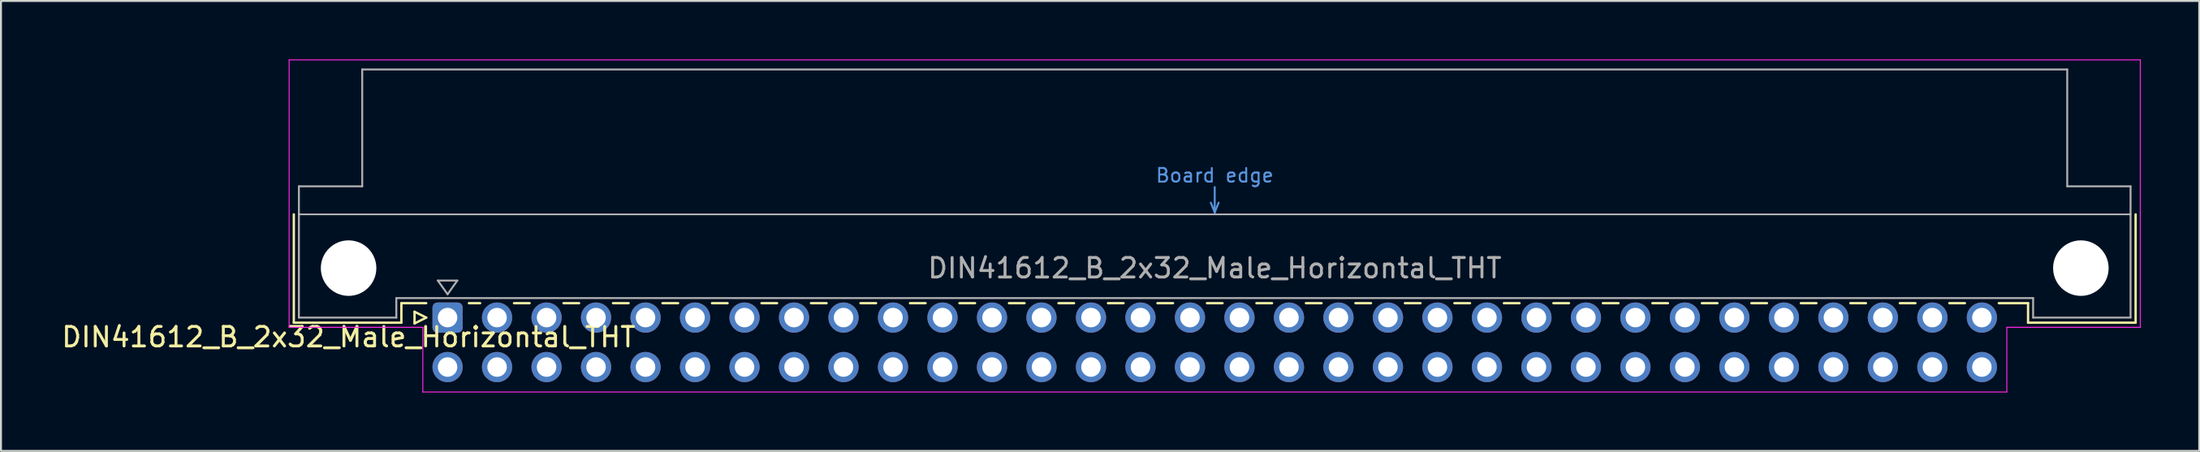
<source format=kicad_pcb>
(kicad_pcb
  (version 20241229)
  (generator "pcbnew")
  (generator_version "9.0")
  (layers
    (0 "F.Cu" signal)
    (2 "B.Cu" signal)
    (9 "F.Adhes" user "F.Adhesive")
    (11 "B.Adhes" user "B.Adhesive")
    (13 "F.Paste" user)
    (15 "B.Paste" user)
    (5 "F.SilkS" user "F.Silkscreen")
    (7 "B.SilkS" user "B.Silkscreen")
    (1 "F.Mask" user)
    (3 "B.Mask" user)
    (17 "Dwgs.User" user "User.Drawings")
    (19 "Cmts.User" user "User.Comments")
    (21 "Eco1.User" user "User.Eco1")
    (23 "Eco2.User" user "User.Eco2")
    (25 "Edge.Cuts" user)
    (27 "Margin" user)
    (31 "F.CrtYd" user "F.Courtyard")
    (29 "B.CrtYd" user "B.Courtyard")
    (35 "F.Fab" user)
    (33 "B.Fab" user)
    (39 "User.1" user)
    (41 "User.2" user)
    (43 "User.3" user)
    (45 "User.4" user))
  (footprint "DIN41612_B_2x32_Male_Horizontal_THT"
    (layer "F.Cu")
    (at 19.919 13.255)
    (property "Reference" "DIN41612_B_2x32_Male_Horizontal_THT" (at -5.08 1 0) (layer "F.SilkS") (effects (font (size 1 1) (thickness 0.15))))
    (attr through_hole)
    (fp_line (start -7.89 -5.3) (end -7.89 0.26) (stroke (width 0.12) (type solid)) (layer "F.SilkS"))
    (fp_line (start -7.89 0.26) (end -2.37 0.26) (stroke (width 0.12) (type solid)) (layer "F.SilkS"))
    (fp_line (start -2.371 -0.74) (end -1.095 -0.74) (stroke (width 0.12) (type solid)) (layer "F.SilkS"))
    (fp_line (start -2.37 0.26) (end -2.37 -0.74) (stroke (width 0.12) (type solid)) (layer "F.SilkS"))
    (fp_line (start -1.695 -0.3) (end -1.695 0.3) (stroke (width 0.12) (type solid)) (layer "F.SilkS"))
    (fp_line (start -1.695 0.3) (end -1.095 0) (stroke (width 0.12) (type solid)) (layer "F.SilkS"))
    (fp_line (start -1.095 0) (end -1.695 -0.3) (stroke (width 0.12) (type solid)) (layer "F.SilkS"))
    (fp_line (start 1.095 -0.74) (end 1.671 -0.74) (stroke (width 0.12) (type solid)) (layer "F.SilkS"))
    (fp_line (start 3.41 -0.74) (end 4.211 -0.74) (stroke (width 0.12) (type solid)) (layer "F.SilkS"))
    (fp_line (start 5.95 -0.74) (end 6.751 -0.74) (stroke (width 0.12) (type solid)) (layer "F.SilkS"))
    (fp_line (start 8.49 -0.74) (end 9.291 -0.74) (stroke (width 0.12) (type solid)) (layer "F.SilkS"))
    (fp_line (start 11.03 -0.74) (end 11.831 -0.74) (stroke (width 0.12) (type solid)) (layer "F.SilkS"))
    (fp_line (start 13.57 -0.74) (end 14.371 -0.74) (stroke (width 0.12) (type solid)) (layer "F.SilkS"))
    (fp_line (start 16.11 -0.74) (end 16.911 -0.74) (stroke (width 0.12) (type solid)) (layer "F.SilkS"))
    (fp_line (start 18.65 -0.74) (end 19.451 -0.74) (stroke (width 0.12) (type solid)) (layer "F.SilkS"))
    (fp_line (start 21.19 -0.74) (end 21.991 -0.74) (stroke (width 0.12) (type solid)) (layer "F.SilkS"))
    (fp_line (start 23.73 -0.74) (end 24.531 -0.74) (stroke (width 0.12) (type solid)) (layer "F.SilkS"))
    (fp_line (start 26.27 -0.74) (end 27.071 -0.74) (stroke (width 0.12) (type solid)) (layer "F.SilkS"))
    (fp_line (start 28.81 -0.74) (end 29.611 -0.74) (stroke (width 0.12) (type solid)) (layer "F.SilkS"))
    (fp_line (start 31.35 -0.74) (end 32.151 -0.74) (stroke (width 0.12) (type solid)) (layer "F.SilkS"))
    (fp_line (start 33.89 -0.74) (end 34.691 -0.74) (stroke (width 0.12) (type solid)) (layer "F.SilkS"))
    (fp_line (start 36.43 -0.74) (end 37.231 -0.74) (stroke (width 0.12) (type solid)) (layer "F.SilkS"))
    (fp_line (start 38.97 -0.74) (end 39.771 -0.74) (stroke (width 0.12) (type solid)) (layer "F.SilkS"))
    (fp_line (start 41.51 -0.74) (end 42.311 -0.74) (stroke (width 0.12) (type solid)) (layer "F.SilkS"))
    (fp_line (start 44.05 -0.74) (end 44.851 -0.74) (stroke (width 0.12) (type solid)) (layer "F.SilkS"))
    (fp_line (start 46.59 -0.74) (end 47.391 -0.74) (stroke (width 0.12) (type solid)) (layer "F.SilkS"))
    (fp_line (start 49.13 -0.74) (end 49.931 -0.74) (stroke (width 0.12) (type solid)) (layer "F.SilkS"))
    (fp_line (start 51.67 -0.74) (end 52.471 -0.74) (stroke (width 0.12) (type solid)) (layer "F.SilkS"))
    (fp_line (start 54.21 -0.74) (end 55.011 -0.74) (stroke (width 0.12) (type solid)) (layer "F.SilkS"))
    (fp_line (start 56.75 -0.74) (end 57.551 -0.74) (stroke (width 0.12) (type solid)) (layer "F.SilkS"))
    (fp_line (start 59.29 -0.74) (end 60.091 -0.74) (stroke (width 0.12) (type solid)) (layer "F.SilkS"))
    (fp_line (start 61.83 -0.74) (end 62.631 -0.74) (stroke (width 0.12) (type solid)) (layer "F.SilkS"))
    (fp_line (start 64.37 -0.74) (end 65.171 -0.74) (stroke (width 0.12) (type solid)) (layer "F.SilkS"))
    (fp_line (start 66.91 -0.74) (end 67.711 -0.74) (stroke (width 0.12) (type solid)) (layer "F.SilkS"))
    (fp_line (start 69.45 -0.74) (end 70.251 -0.74) (stroke (width 0.12) (type solid)) (layer "F.SilkS"))
    (fp_line (start 71.99 -0.74) (end 72.791 -0.74) (stroke (width 0.12) (type solid)) (layer "F.SilkS"))
    (fp_line (start 74.53 -0.74) (end 75.331 -0.74) (stroke (width 0.12) (type solid)) (layer "F.SilkS"))
    (fp_line (start 77.07 -0.74) (end 77.871 -0.74) (stroke (width 0.12) (type solid)) (layer "F.SilkS"))
    (fp_line (start 79.61 -0.74) (end 81.11 -0.74) (stroke (width 0.12) (type solid)) (layer "F.SilkS"))
    (fp_line (start 81.11 0.26) (end 81.11 -0.74) (stroke (width 0.12) (type solid)) (layer "F.SilkS"))
    (fp_line (start 86.63 -5.3) (end 86.63 0.26) (stroke (width 0.12) (type solid)) (layer "F.SilkS"))
    (fp_line (start 86.63 0.26) (end 81.11 0.26) (stroke (width 0.12) (type solid)) (layer "F.SilkS"))
    (fp_line (start -7.63 -5.3) (end 86.37 -5.3) (stroke (width 0.08) (type solid)) (layer "Dwgs.User"))
    (fp_line (start 39.17 -5.9) (end 39.37 -5.4) (stroke (width 0.1) (type solid)) (layer "Cmts.User"))
    (fp_line (start 39.37 -5.4) (end 39.37 -6.7) (stroke (width 0.1) (type solid)) (layer "Cmts.User"))
    (fp_line (start 39.37 -5.4) (end 39.57 -5.9) (stroke (width 0.1) (type solid)) (layer "Cmts.User"))
    (fp_line (start -8.13 -13.23) (end -8.13 0.5) (stroke (width 0.05) (type solid)) (layer "F.CrtYd"))
    (fp_line (start -8.13 0.5) (end -1.27 0.5) (stroke (width 0.05) (type solid)) (layer "F.CrtYd"))
    (fp_line (start -1.27 0.5) (end -1.27 3.82) (stroke (width 0.05) (type solid)) (layer "F.CrtYd"))
    (fp_line (start -1.27 3.82) (end 80.02 3.82) (stroke (width 0.05) (type solid)) (layer "F.CrtYd"))
    (fp_line (start 80.02 0.5) (end 86.87 0.5) (stroke (width 0.05) (type solid)) (layer "F.CrtYd"))
    (fp_line (start 80.02 3.82) (end 80.02 0.5) (stroke (width 0.05) (type solid)) (layer "F.CrtYd"))
    (fp_line (start 86.87 -13.23) (end -8.13 -13.23) (stroke (width 0.05) (type solid)) (layer "F.CrtYd"))
    (fp_line (start 86.87 0.5) (end 86.87 -13.23) (stroke (width 0.05) (type solid)) (layer "F.CrtYd"))
    (fp_line (start -7.63 -6.74) (end -7.63 0) (stroke (width 0.1) (type solid)) (layer "F.Fab"))
    (fp_line (start -7.63 0) (end -2.63 0) (stroke (width 0.1) (type solid)) (layer "F.Fab"))
    (fp_line (start -4.38 -12.74) (end -4.38 -6.74) (stroke (width 0.1) (type solid)) (layer "F.Fab"))
    (fp_line (start -4.38 -6.74) (end -7.63 -6.74) (stroke (width 0.1) (type solid)) (layer "F.Fab"))
    (fp_line (start -2.63 -1) (end 81.37 -1) (stroke (width 0.1) (type solid)) (layer "F.Fab"))
    (fp_line (start -2.63 0) (end -2.63 -1) (stroke (width 0.1) (type solid)) (layer "F.Fab"))
    (fp_line (start -0.5 -1.9) (end 0.5 -1.9) (stroke (width 0.1) (type solid)) (layer "F.Fab"))
    (fp_line (start 0 -1.2) (end -0.5 -1.9) (stroke (width 0.1) (type solid)) (layer "F.Fab"))
    (fp_line (start 0.5 -1.9) (end 0 -1.2) (stroke (width 0.1) (type solid)) (layer "F.Fab"))
    (fp_line (start 81.37 -1) (end 81.37 0) (stroke (width 0.1) (type solid)) (layer "F.Fab"))
    (fp_line (start 81.37 0) (end 86.37 0) (stroke (width 0.1) (type solid)) (layer "F.Fab"))
    (fp_line (start 83.12 -12.74) (end -4.38 -12.74) (stroke (width 0.1) (type solid)) (layer "F.Fab"))
    (fp_line (start 83.12 -6.74) (end 83.12 -12.74) (stroke (width 0.1) (type solid)) (layer "F.Fab"))
    (fp_line (start 86.37 -6.74) (end 83.12 -6.74) (stroke (width 0.1) (type solid)) (layer "F.Fab"))
    (fp_line (start 86.37 0) (end 86.37 -6.74) (stroke (width 0.1) (type solid)) (layer "F.Fab"))
    (fp_text user "Board edge" (at 39.37 -7.3 0) (layer "Cmts.User") (effects (font (size 0.7 0.7) (thickness 0.1))))
    (fp_text user "${REFERENCE}" (at 39.37 -2.54 0) (layer "F.Fab") (effects (font (size 1 1) (thickness 0.15))))
    (pad "" np_thru_hole circle (at -5.08 -2.54) (size 2.85 2.85) (drill 2.85) (layers "*.Cu" "*.Mask"))
    (pad "" np_thru_hole circle (at 83.82 -2.54) (size 2.85 2.85) (drill 2.85) (layers "*.Cu" "*.Mask"))
    (pad "a1" thru_hole roundrect (at 0 0) (size 1.55 1.55) (drill 1) (layers "*.Cu" "*.Mask") (roundrect_rratio 0.161))
    (pad "a2" thru_hole circle (at 2.54 0) (size 1.55 1.55) (drill 1) (layers "*.Cu" "*.Mask"))
    (pad "a3" thru_hole circle (at 5.08 0) (size 1.55 1.55) (drill 1) (layers "*.Cu" "*.Mask"))
    (pad "a4" thru_hole circle (at 7.62 0) (size 1.55 1.55) (drill 1) (layers "*.Cu" "*.Mask"))
    (pad "a5" thru_hole circle (at 10.16 0) (size 1.55 1.55) (drill 1) (layers "*.Cu" "*.Mask"))
    (pad "a6" thru_hole circle (at 12.7 0) (size 1.55 1.55) (drill 1) (layers "*.Cu" "*.Mask"))
    (pad "a7" thru_hole circle (at 15.24 0) (size 1.55 1.55) (drill 1) (layers "*.Cu" "*.Mask"))
    (pad "a8" thru_hole circle (at 17.78 0) (size 1.55 1.55) (drill 1) (layers "*.Cu" "*.Mask"))
    (pad "a9" thru_hole circle (at 20.32 0) (size 1.55 1.55) (drill 1) (layers "*.Cu" "*.Mask"))
    (pad "a10" thru_hole circle (at 22.86 0) (size 1.55 1.55) (drill 1) (layers "*.Cu" "*.Mask"))
    (pad "a11" thru_hole circle (at 25.4 0) (size 1.55 1.55) (drill 1) (layers "*.Cu" "*.Mask"))
    (pad "a12" thru_hole circle (at 27.94 0) (size 1.55 1.55) (drill 1) (layers "*.Cu" "*.Mask"))
    (pad "a13" thru_hole circle (at 30.48 0) (size 1.55 1.55) (drill 1) (layers "*.Cu" "*.Mask"))
    (pad "a14" thru_hole circle (at 33.02 0) (size 1.55 1.55) (drill 1) (layers "*.Cu" "*.Mask"))
    (pad "a15" thru_hole circle (at 35.56 0) (size 1.55 1.55) (drill 1) (layers "*.Cu" "*.Mask"))
    (pad "a16" thru_hole circle (at 38.1 0) (size 1.55 1.55) (drill 1) (layers "*.Cu" "*.Mask"))
    (pad "a17" thru_hole circle (at 40.64 0) (size 1.55 1.55) (drill 1) (layers "*.Cu" "*.Mask"))
    (pad "a18" thru_hole circle (at 43.18 0) (size 1.55 1.55) (drill 1) (layers "*.Cu" "*.Mask"))
    (pad "a19" thru_hole circle (at 45.72 0) (size 1.55 1.55) (drill 1) (layers "*.Cu" "*.Mask"))
    (pad "a20" thru_hole circle (at 48.26 0) (size 1.55 1.55) (drill 1) (layers "*.Cu" "*.Mask"))
    (pad "a21" thru_hole circle (at 50.8 0) (size 1.55 1.55) (drill 1) (layers "*.Cu" "*.Mask"))
    (pad "a22" thru_hole circle (at 53.34 0) (size 1.55 1.55) (drill 1) (layers "*.Cu" "*.Mask"))
    (pad "a23" thru_hole circle (at 55.88 0) (size 1.55 1.55) (drill 1) (layers "*.Cu" "*.Mask"))
    (pad "a24" thru_hole circle (at 58.42 0) (size 1.55 1.55) (drill 1) (layers "*.Cu" "*.Mask"))
    (pad "a25" thru_hole circle (at 60.96 0) (size 1.55 1.55) (drill 1) (layers "*.Cu" "*.Mask"))
    (pad "a26" thru_hole circle (at 63.5 0) (size 1.55 1.55) (drill 1) (layers "*.Cu" "*.Mask"))
    (pad "a27" thru_hole circle (at 66.04 0) (size 1.55 1.55) (drill 1) (layers "*.Cu" "*.Mask"))
    (pad "a28" thru_hole circle (at 68.58 0) (size 1.55 1.55) (drill 1) (layers "*.Cu" "*.Mask"))
    (pad "a29" thru_hole circle (at 71.12 0) (size 1.55 1.55) (drill 1) (layers "*.Cu" "*.Mask"))
    (pad "a30" thru_hole circle (at 73.66 0) (size 1.55 1.55) (drill 1) (layers "*.Cu" "*.Mask"))
    (pad "a31" thru_hole circle (at 76.2 0) (size 1.55 1.55) (drill 1) (layers "*.Cu" "*.Mask"))
    (pad "a32" thru_hole circle (at 78.74 0) (size 1.55 1.55) (drill 1) (layers "*.Cu" "*.Mask"))
    (pad "b1" thru_hole circle (at 0 2.54) (size 1.55 1.55) (drill 1) (layers "*.Cu" "*.Mask"))
    (pad "b2" thru_hole circle (at 2.54 2.54) (size 1.55 1.55) (drill 1) (layers "*.Cu" "*.Mask"))
    (pad "b3" thru_hole circle (at 5.08 2.54) (size 1.55 1.55) (drill 1) (layers "*.Cu" "*.Mask"))
    (pad "b4" thru_hole circle (at 7.62 2.54) (size 1.55 1.55) (drill 1) (layers "*.Cu" "*.Mask"))
    (pad "b5" thru_hole circle (at 10.16 2.54) (size 1.55 1.55) (drill 1) (layers "*.Cu" "*.Mask"))
    (pad "b6" thru_hole circle (at 12.7 2.54) (size 1.55 1.55) (drill 1) (layers "*.Cu" "*.Mask"))
    (pad "b7" thru_hole circle (at 15.24 2.54) (size 1.55 1.55) (drill 1) (layers "*.Cu" "*.Mask"))
    (pad "b8" thru_hole circle (at 17.78 2.54) (size 1.55 1.55) (drill 1) (layers "*.Cu" "*.Mask"))
    (pad "b9" thru_hole circle (at 20.32 2.54) (size 1.55 1.55) (drill 1) (layers "*.Cu" "*.Mask"))
    (pad "b10" thru_hole circle (at 22.86 2.54) (size 1.55 1.55) (drill 1) (layers "*.Cu" "*.Mask"))
    (pad "b11" thru_hole circle (at 25.4 2.54) (size 1.55 1.55) (drill 1) (layers "*.Cu" "*.Mask"))
    (pad "b12" thru_hole circle (at 27.94 2.54) (size 1.55 1.55) (drill 1) (layers "*.Cu" "*.Mask"))
    (pad "b13" thru_hole circle (at 30.48 2.54) (size 1.55 1.55) (drill 1) (layers "*.Cu" "*.Mask"))
    (pad "b14" thru_hole circle (at 33.02 2.54) (size 1.55 1.55) (drill 1) (layers "*.Cu" "*.Mask"))
    (pad "b15" thru_hole circle (at 35.56 2.54) (size 1.55 1.55) (drill 1) (layers "*.Cu" "*.Mask"))
    (pad "b16" thru_hole circle (at 38.1 2.54) (size 1.55 1.55) (drill 1) (layers "*.Cu" "*.Mask"))
    (pad "b17" thru_hole circle (at 40.64 2.54) (size 1.55 1.55) (drill 1) (layers "*.Cu" "*.Mask"))
    (pad "b18" thru_hole circle (at 43.18 2.54) (size 1.55 1.55) (drill 1) (layers "*.Cu" "*.Mask"))
    (pad "b19" thru_hole circle (at 45.72 2.54) (size 1.55 1.55) (drill 1) (layers "*.Cu" "*.Mask"))
    (pad "b20" thru_hole circle (at 48.26 2.54) (size 1.55 1.55) (drill 1) (layers "*.Cu" "*.Mask"))
    (pad "b21" thru_hole circle (at 50.8 2.54) (size 1.55 1.55) (drill 1) (layers "*.Cu" "*.Mask"))
    (pad "b22" thru_hole circle (at 53.34 2.54) (size 1.55 1.55) (drill 1) (layers "*.Cu" "*.Mask"))
    (pad "b23" thru_hole circle (at 55.88 2.54) (size 1.55 1.55) (drill 1) (layers "*.Cu" "*.Mask"))
    (pad "b24" thru_hole circle (at 58.42 2.54) (size 1.55 1.55) (drill 1) (layers "*.Cu" "*.Mask"))
    (pad "b25" thru_hole circle (at 60.96 2.54) (size 1.55 1.55) (drill 1) (layers "*.Cu" "*.Mask"))
    (pad "b26" thru_hole circle (at 63.5 2.54) (size 1.55 1.55) (drill 1) (layers "*.Cu" "*.Mask"))
    (pad "b27" thru_hole circle (at 66.04 2.54) (size 1.55 1.55) (drill 1) (layers "*.Cu" "*.Mask"))
    (pad "b28" thru_hole circle (at 68.58 2.54) (size 1.55 1.55) (drill 1) (layers "*.Cu" "*.Mask"))
    (pad "b29" thru_hole circle (at 71.12 2.54) (size 1.55 1.55) (drill 1) (layers "*.Cu" "*.Mask"))
    (pad "b30" thru_hole circle (at 73.66 2.54) (size 1.55 1.55) (drill 1) (layers "*.Cu" "*.Mask"))
    (pad "b31" thru_hole circle (at 76.2 2.54) (size 1.55 1.55) (drill 1) (layers "*.Cu" "*.Mask"))
    (pad "b32" thru_hole circle (at 78.74 2.54) (size 1.55 1.55) (drill 1) (layers "*.Cu" "*.Mask")))
  (gr_rect
    (start -3 -3)
    (end 109.814 20.1)
    (stroke (width 0.1) (type default))
    (fill no)
    (layer "Edge.Cuts")))
</source>
